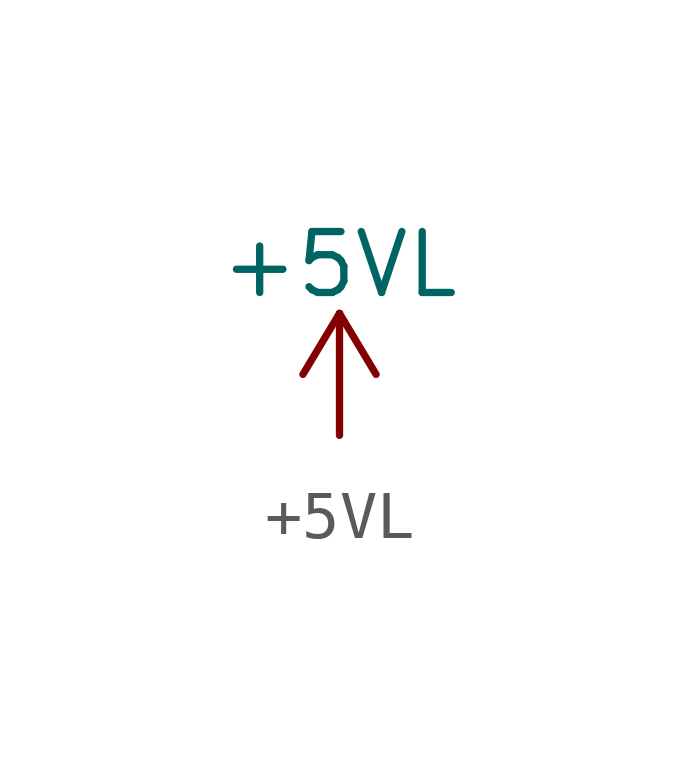
<source format=kicad_sym>
(kicad_symbol_lib
  (version 20211014)
  (generator kicad_symbol_editor)
  (symbol "power1:+5VL"
    (power)
    (pin_names
      (offset 0))
    (property "Reference" "#PWR"
      (at 0 -3.81 0)
      (effects (font (size 1.27 1.27)) hide))
    (property "Value" "+5VL"
      (at 0 3.556 0)
      (effects (font (size 1.27 1.27))))
    (symbol "+5VL_0_1"
      (polyline (pts (xy -0.762 1.27) (xy 0 2.54)) (stroke (width 0) (type default) (color 0 0 0 0)) (fill (type none)))
      (polyline (pts (xy 0 0) (xy 0 2.54)) (stroke (width 0) (type default) (color 0 0 0 0)) (fill (type none)))
      (polyline (pts (xy 0 2.54) (xy 0.762 1.27)) (stroke (width 0) (type default) (color 0 0 0 0)) (fill (type none))))
    (symbol "+5VL_1_1"
      (pin power_in line (at 0 0 90) (length 0) hide (name "+5VL" (effects (font (size 1.27 1.27)))) (number "1" (effects (font (size 1.27 1.27))))))))
</source>
